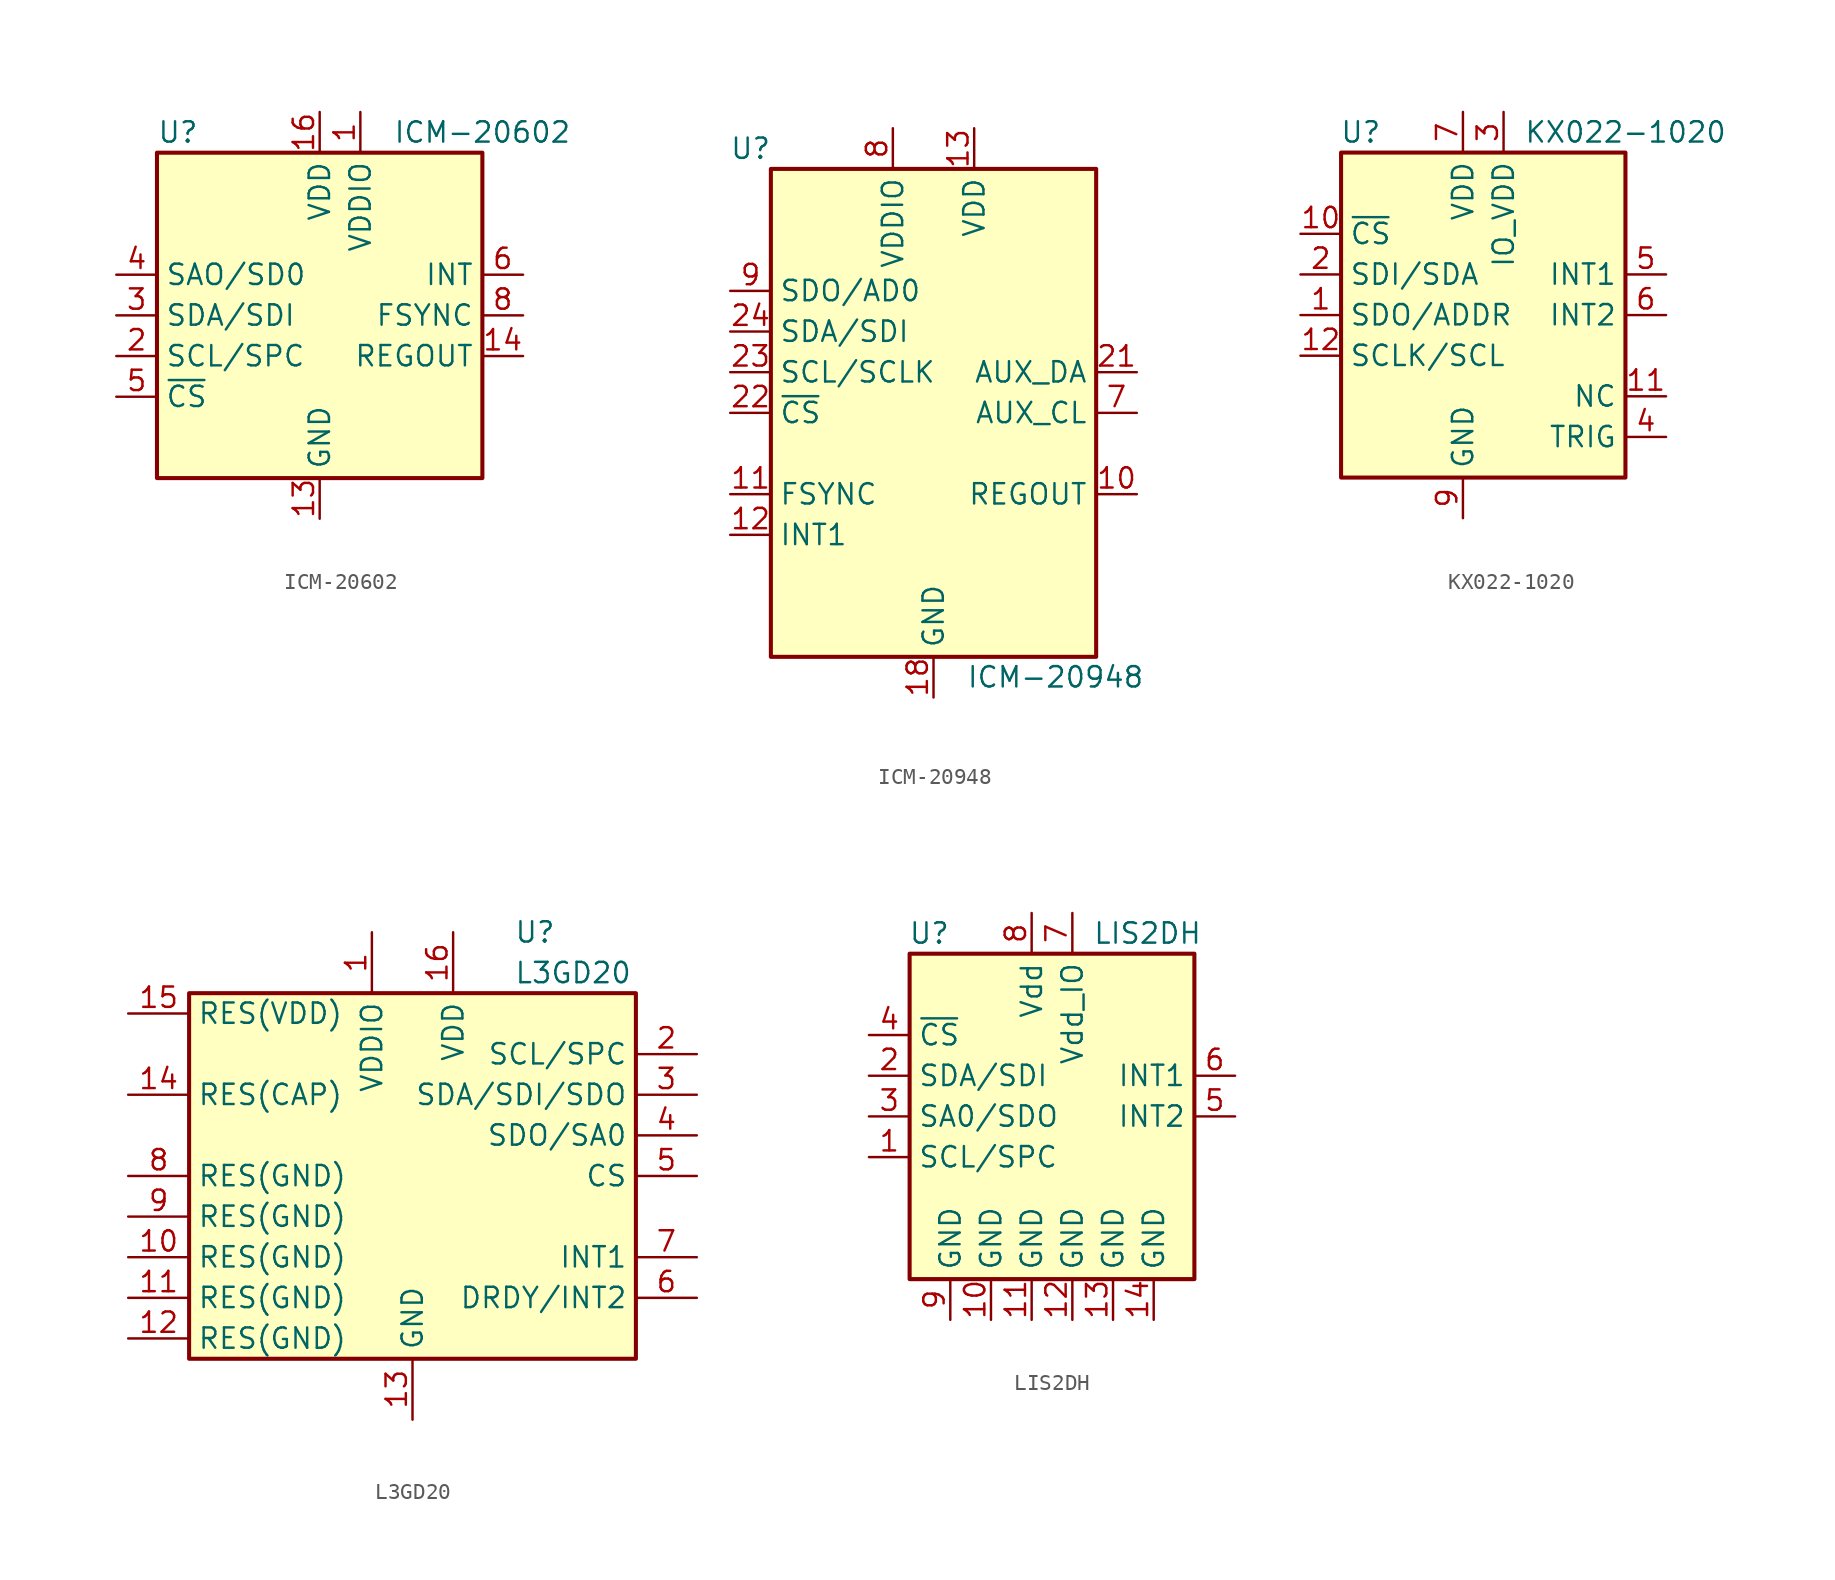
<source format=kicad_sym>
(kicad_symbol_lib
  (version 20241209)
  (generator "kicad_symbol_editor")
  (generator_version "9.0")
  (symbol "ICM-20602"
    (property "Reference" "U"
      (at -10.16 11.43 0)
      (effects (font (size 1.27 1.27)) (justify left)))
    (property "Value" "ICM-20602"
      (at 10.16 11.43 0)
      (effects (font (size 1.27 1.27))))
    (symbol "ICM-20602_0_1"
      (rectangle (start -10.16 10.16) (end 10.16 -10.16) (stroke (width 0.254) (type solid)) (fill (type background))))
    (symbol "ICM-20602_1_1"
      (pin bidirectional line (at -12.7 2.54 0) (length 2.54) (name "SAO/SD0" (effects (font (size 1.27 1.27)))) (number "4" (effects (font (size 1.27 1.27)))))
      (pin bidirectional line (at -12.7 0 0) (length 2.54) (name "SDA/SDI" (effects (font (size 1.27 1.27)))) (number "3" (effects (font (size 1.27 1.27)))))
      (pin input line (at -12.7 -2.54 0) (length 2.54) (name "SCL/SPC" (effects (font (size 1.27 1.27)))) (number "2" (effects (font (size 1.27 1.27)))))
      (pin input line (at -12.7 -5.08 0) (length 2.54) (name "~{CS}" (effects (font (size 1.27 1.27)))) (number "5" (effects (font (size 1.27 1.27)))))
      (pin no_connect line (at -10.16 5.08 0) (length 2.54) (hide yes) (name "RESV" (effects (font (size 1.27 1.27)))) (number "7" (effects (font (size 1.27 1.27)))))
      (pin power_in line (at 0 12.7 270) (length 2.54) (name "VDD" (effects (font (size 1.27 1.27)))) (number "16" (effects (font (size 1.27 1.27)))))
      (pin passive line (at 0 -12.7 90) (length 2.54) (hide yes) (name "GND" (effects (font (size 1.27 1.27)))) (number "10" (effects (font (size 1.27 1.27)))))
      (pin passive line (at 0 -12.7 90) (length 2.54) (hide yes) (name "GND" (effects (font (size 1.27 1.27)))) (number "11" (effects (font (size 1.27 1.27)))))
      (pin passive line (at 0 -12.7 90) (length 2.54) (hide yes) (name "GND" (effects (font (size 1.27 1.27)))) (number "12" (effects (font (size 1.27 1.27)))))
      (pin power_in line (at 0 -12.7 90) (length 2.54) (name "GND" (effects (font (size 1.27 1.27)))) (number "13" (effects (font (size 1.27 1.27)))))
      (pin passive line (at 0 -12.7 90) (length 2.54) (hide yes) (name "GND" (effects (font (size 1.27 1.27)))) (number "15" (effects (font (size 1.27 1.27)))))
      (pin passive line (at 0 -12.7 90) (length 2.54) (hide yes) (name "GND" (effects (font (size 1.27 1.27)))) (number "9" (effects (font (size 1.27 1.27)))))
      (pin power_in line (at 2.54 12.7 270) (length 2.54) (name "VDDIO" (effects (font (size 1.27 1.27)))) (number "1" (effects (font (size 1.27 1.27)))))
      (pin output line (at 12.7 2.54 180) (length 2.54) (name "INT" (effects (font (size 1.27 1.27)))) (number "6" (effects (font (size 1.27 1.27)))))
      (pin input line (at 12.7 0 180) (length 2.54) (name "FSYNC" (effects (font (size 1.27 1.27)))) (number "8" (effects (font (size 1.27 1.27)))))
      (pin passive line (at 12.7 -2.54 180) (length 2.54) (name "REGOUT" (effects (font (size 1.27 1.27)))) (number "14" (effects (font (size 1.27 1.27)))))))
  (symbol "ICM-20948"
    (property "Reference" "U"
      (at -11.43 16.51 0)
      (effects (font (size 1.27 1.27))))
    (property "Value" "ICM-20948"
      (at 7.62 -16.51 0)
      (effects (font (size 1.27 1.27))))
    (symbol "ICM-20948_0_1"
      (rectangle (start -10.16 15.24) (end 10.16 -15.24) (stroke (width 0.254) (type solid)) (fill (type background))))
    (symbol "ICM-20948_1_1"
      (pin bidirectional line (at -12.7 7.62 0) (length 2.54) (name "SDO/AD0" (effects (font (size 1.27 1.27)))) (number "9" (effects (font (size 1.27 1.27)))))
      (pin bidirectional line (at -12.7 5.08 0) (length 2.54) (name "SDA/SDI" (effects (font (size 1.27 1.27)))) (number "24" (effects (font (size 1.27 1.27)))))
      (pin input line (at -12.7 2.54 0) (length 2.54) (name "SCL/SCLK" (effects (font (size 1.27 1.27)))) (number "23" (effects (font (size 1.27 1.27)))))
      (pin input line (at -12.7 0 0) (length 2.54) (name "~{CS}" (effects (font (size 1.27 1.27)))) (number "22" (effects (font (size 1.27 1.27)))))
      (pin input line (at -12.7 -5.08 0) (length 2.54) (name "FSYNC" (effects (font (size 1.27 1.27)))) (number "11" (effects (font (size 1.27 1.27)))))
      (pin output line (at -12.7 -7.62 0) (length 2.54) (name "INT1" (effects (font (size 1.27 1.27)))) (number "12" (effects (font (size 1.27 1.27)))))
      (pin no_connect line (at -10.16 12.7 0) (length 2.54) (hide yes) (name "NC" (effects (font (size 1.27 1.27)))) (number "1" (effects (font (size 1.27 1.27)))))
      (pin no_connect line (at -10.16 10.16 0) (length 2.54) (hide yes) (name "NC" (effects (font (size 1.27 1.27)))) (number "2" (effects (font (size 1.27 1.27)))))
      (pin no_connect line (at -10.16 -2.54 0) (length 2.54) (hide yes) (name "NC" (effects (font (size 1.27 1.27)))) (number "3" (effects (font (size 1.27 1.27)))))
      (pin no_connect line (at -10.16 -10.16 0) (length 2.54) (hide yes) (name "NC" (effects (font (size 1.27 1.27)))) (number "4" (effects (font (size 1.27 1.27)))))
      (pin no_connect line (at -10.16 -12.7 0) (length 2.54) (hide yes) (name "NC" (effects (font (size 1.27 1.27)))) (number "5" (effects (font (size 1.27 1.27)))))
      (pin power_in line (at -2.54 17.78 270) (length 2.54) (name "VDDIO" (effects (font (size 1.27 1.27)))) (number "8" (effects (font (size 1.27 1.27)))))
      (pin power_in line (at 0 -17.78 90) (length 2.54) (name "GND" (effects (font (size 1.27 1.27)))) (number "18" (effects (font (size 1.27 1.27)))))
      (pin passive line (at 0 -17.78 90) (length 2.54) (hide yes) (name "GND" (effects (font (size 1.27 1.27)))) (number "20" (effects (font (size 1.27 1.27)))))
      (pin power_in line (at 2.54 17.78 270) (length 2.54) (name "VDD" (effects (font (size 1.27 1.27)))) (number "13" (effects (font (size 1.27 1.27)))))
      (pin no_connect line (at 10.16 10.16 180) (length 2.54) (hide yes) (name "NC" (effects (font (size 1.27 1.27)))) (number "6" (effects (font (size 1.27 1.27)))))
      (pin no_connect line (at 10.16 7.62 180) (length 2.54) (hide yes) (name "NC" (effects (font (size 1.27 1.27)))) (number "14" (effects (font (size 1.27 1.27)))))
      (pin no_connect line (at 10.16 5.08 180) (length 2.54) (hide yes) (name "NC" (effects (font (size 1.27 1.27)))) (number "15" (effects (font (size 1.27 1.27)))))
      (pin no_connect line (at 10.16 -7.62 180) (length 2.54) (hide yes) (name "NC" (effects (font (size 1.27 1.27)))) (number "16" (effects (font (size 1.27 1.27)))))
      (pin no_connect line (at 10.16 -10.16 180) (length 2.54) (hide yes) (name "NC" (effects (font (size 1.27 1.27)))) (number "17" (effects (font (size 1.27 1.27)))))
      (pin no_connect line (at 10.16 -12.7 180) (length 2.54) (hide yes) (name "RESV" (effects (font (size 1.27 1.27)))) (number "19" (effects (font (size 1.27 1.27)))))
      (pin bidirectional line (at 12.7 2.54 180) (length 2.54) (name "AUX_DA" (effects (font (size 1.27 1.27)))) (number "21" (effects (font (size 1.27 1.27)))))
      (pin output line (at 12.7 0 180) (length 2.54) (name "AUX_CL" (effects (font (size 1.27 1.27)))) (number "7" (effects (font (size 1.27 1.27)))))
      (pin passive line (at 12.7 -5.08 180) (length 2.54) (name "REGOUT" (effects (font (size 1.27 1.27)))) (number "10" (effects (font (size 1.27 1.27)))))))
  (symbol "KX022-1020"
    (property "Reference" "U"
      (at -5.08 11.43 0)
      (effects (font (size 1.27 1.27)) (justify right)))
    (property "Value" "KX022-1020"
      (at 3.81 11.43 0)
      (effects (font (size 1.27 1.27)) (justify left)))
    (symbol "KX022-1020_0_1"
      (rectangle (start -7.62 10.16) (end 10.16 -10.16) (stroke (width 0.254) (type solid)) (fill (type background))))
    (symbol "KX022-1020_1_1"
      (pin input line (at -10.16 5.08 0) (length 2.54) (name "~{CS}" (effects (font (size 1.27 1.27)))) (number "10" (effects (font (size 1.27 1.27)))))
      (pin bidirectional line (at -10.16 2.54 0) (length 2.54) (name "SDI/SDA" (effects (font (size 1.27 1.27)))) (number "2" (effects (font (size 1.27 1.27)))))
      (pin bidirectional line (at -10.16 0 0) (length 2.54) (name "SDO/ADDR" (effects (font (size 1.27 1.27)))) (number "1" (effects (font (size 1.27 1.27)))))
      (pin input line (at -10.16 -2.54 0) (length 2.54) (name "SCLK/SCL" (effects (font (size 1.27 1.27)))) (number "12" (effects (font (size 1.27 1.27)))))
      (pin power_in line (at 0 12.7 270) (length 2.54) (name "VDD" (effects (font (size 1.27 1.27)))) (number "7" (effects (font (size 1.27 1.27)))))
      (pin power_in line (at 0 -12.7 90) (length 2.54) (name "GND" (effects (font (size 1.27 1.27)))) (number "9" (effects (font (size 1.27 1.27)))))
      (pin power_in line (at 2.54 12.7 270) (length 2.54) (name "IO_VDD" (effects (font (size 1.27 1.27)))) (number "3" (effects (font (size 1.27 1.27)))))
      (pin output line (at 12.7 2.54 180) (length 2.54) (name "INT1" (effects (font (size 1.27 1.27)))) (number "5" (effects (font (size 1.27 1.27)))))
      (pin output line (at 12.7 0 180) (length 2.54) (name "INT2" (effects (font (size 1.27 1.27)))) (number "6" (effects (font (size 1.27 1.27)))))
      (pin passive line (at 12.7 -5.08 180) (length 2.54) (name "NC" (effects (font (size 1.27 1.27)))) (number "11" (effects (font (size 1.27 1.27)))))
      (pin input line (at 12.7 -7.62 180) (length 2.54) (name "TRIG" (effects (font (size 1.27 1.27)))) (number "4" (effects (font (size 1.27 1.27)))))))
  (symbol "L3GD20"
    (property "Reference" "U"
      (at 6.35 15.24 0)
      (effects (font (size 1.27 1.27)) (justify left)))
    (property "Value" "L3GD20"
      (at 6.35 12.7 0)
      (effects (font (size 1.27 1.27)) (justify left)))
    (symbol "L3GD20_0_1"
      (rectangle (start -13.97 11.43) (end 13.97 -11.43) (stroke (width 0.254) (type solid)) (fill (type background))))
    (symbol "L3GD20_1_1"
      (pin passive line (at -17.78 10.16 0) (length 3.81) (name "RES(VDD)" (effects (font (size 1.27 1.27)))) (number "15" (effects (font (size 1.27 1.27)))))
      (pin passive line (at -17.78 5.08 0) (length 3.81) (name "RES(CAP)" (effects (font (size 1.27 1.27)))) (number "14" (effects (font (size 1.27 1.27)))))
      (pin passive line (at -17.78 0 0) (length 3.81) (name "RES(GND)" (effects (font (size 1.27 1.27)))) (number "8" (effects (font (size 1.27 1.27)))))
      (pin passive line (at -17.78 -2.54 0) (length 3.81) (name "RES(GND)" (effects (font (size 1.27 1.27)))) (number "9" (effects (font (size 1.27 1.27)))))
      (pin passive line (at -17.78 -5.08 0) (length 3.81) (name "RES(GND)" (effects (font (size 1.27 1.27)))) (number "10" (effects (font (size 1.27 1.27)))))
      (pin passive line (at -17.78 -7.62 0) (length 3.81) (name "RES(GND)" (effects (font (size 1.27 1.27)))) (number "11" (effects (font (size 1.27 1.27)))))
      (pin passive line (at -17.78 -10.16 0) (length 3.81) (name "RES(GND)" (effects (font (size 1.27 1.27)))) (number "12" (effects (font (size 1.27 1.27)))))
      (pin power_in line (at -2.54 15.24 270) (length 3.81) (name "VDDIO" (effects (font (size 1.27 1.27)))) (number "1" (effects (font (size 1.27 1.27)))))
      (pin power_in line (at 0 -15.24 90) (length 3.81) (name "GND" (effects (font (size 1.27 1.27)))) (number "13" (effects (font (size 1.27 1.27)))))
      (pin power_in line (at 2.54 15.24 270) (length 3.81) (name "VDD" (effects (font (size 1.27 1.27)))) (number "16" (effects (font (size 1.27 1.27)))))
      (pin input line (at 17.78 7.62 180) (length 3.81) (name "SCL/SPC" (effects (font (size 1.27 1.27)))) (number "2" (effects (font (size 1.27 1.27)))))
      (pin bidirectional line (at 17.78 5.08 180) (length 3.81) (name "SDA/SDI/SDO" (effects (font (size 1.27 1.27)))) (number "3" (effects (font (size 1.27 1.27)))))
      (pin output line (at 17.78 2.54 180) (length 3.81) (name "SDO/SA0" (effects (font (size 1.27 1.27)))) (number "4" (effects (font (size 1.27 1.27)))))
      (pin input line (at 17.78 0 180) (length 3.81) (name "CS" (effects (font (size 1.27 1.27)))) (number "5" (effects (font (size 1.27 1.27)))))
      (pin output line (at 17.78 -5.08 180) (length 3.81) (name "INT1" (effects (font (size 1.27 1.27)))) (number "7" (effects (font (size 1.27 1.27)))))
      (pin output line (at 17.78 -7.62 180) (length 3.81) (name "DRDY/INT2" (effects (font (size 1.27 1.27)))) (number "6" (effects (font (size 1.27 1.27)))))))
  (symbol "LIS2DH"
    (property "Reference" "U"
      (at -5.08 11.43 0)
      (effects (font (size 1.27 1.27)) (justify right)))
    (property "Value" "LIS2DH"
      (at 3.81 11.43 0)
      (effects (font (size 1.27 1.27)) (justify left)))
    (symbol "LIS2DH_0_1"
      (rectangle (start -7.62 10.16) (end 10.16 -10.16) (stroke (width 0.254) (type solid)) (fill (type background))))
    (symbol "LIS2DH_1_1"
      (pin input line (at -10.16 5.08 0) (length 2.54) (name "~{CS}" (effects (font (size 1.27 1.27)))) (number "4" (effects (font (size 1.27 1.27)))))
      (pin bidirectional line (at -10.16 2.54 0) (length 2.54) (name "SDA/SDI" (effects (font (size 1.27 1.27)))) (number "2" (effects (font (size 1.27 1.27)))))
      (pin bidirectional line (at -10.16 0 0) (length 2.54) (name "SA0/SDO" (effects (font (size 1.27 1.27)))) (number "3" (effects (font (size 1.27 1.27)))))
      (pin input line (at -10.16 -2.54 0) (length 2.54) (name "SCL/SPC" (effects (font (size 1.27 1.27)))) (number "1" (effects (font (size 1.27 1.27)))))
      (pin power_in line (at -5.08 -12.7 90) (length 2.54) (name "GND" (effects (font (size 1.27 1.27)))) (number "9" (effects (font (size 1.27 1.27)))))
      (pin power_in line (at -2.54 -12.7 90) (length 2.54) (name "GND" (effects (font (size 1.27 1.27)))) (number "10" (effects (font (size 1.27 1.27)))))
      (pin power_in line (at 0 12.7 270) (length 2.54) (name "Vdd" (effects (font (size 1.27 1.27)))) (number "8" (effects (font (size 1.27 1.27)))))
      (pin power_in line (at 0 -12.7 90) (length 2.54) (name "GND" (effects (font (size 1.27 1.27)))) (number "11" (effects (font (size 1.27 1.27)))))
      (pin power_in line (at 2.54 12.7 270) (length 2.54) (name "Vdd_IO" (effects (font (size 1.27 1.27)))) (number "7" (effects (font (size 1.27 1.27)))))
      (pin power_in line (at 2.54 -12.7 90) (length 2.54) (name "GND" (effects (font (size 1.27 1.27)))) (number "12" (effects (font (size 1.27 1.27)))))
      (pin power_in line (at 5.08 -12.7 90) (length 2.54) (name "GND" (effects (font (size 1.27 1.27)))) (number "13" (effects (font (size 1.27 1.27)))))
      (pin power_in line (at 7.62 -12.7 90) (length 2.54) (name "GND" (effects (font (size 1.27 1.27)))) (number "14" (effects (font (size 1.27 1.27)))))
      (pin output line (at 12.7 2.54 180) (length 2.54) (name "INT1" (effects (font (size 1.27 1.27)))) (number "6" (effects (font (size 1.27 1.27)))))
      (pin output line (at 12.7 0 180) (length 2.54) (name "INT2" (effects (font (size 1.27 1.27)))) (number "5" (effects (font (size 1.27 1.27))))))))
</source>
